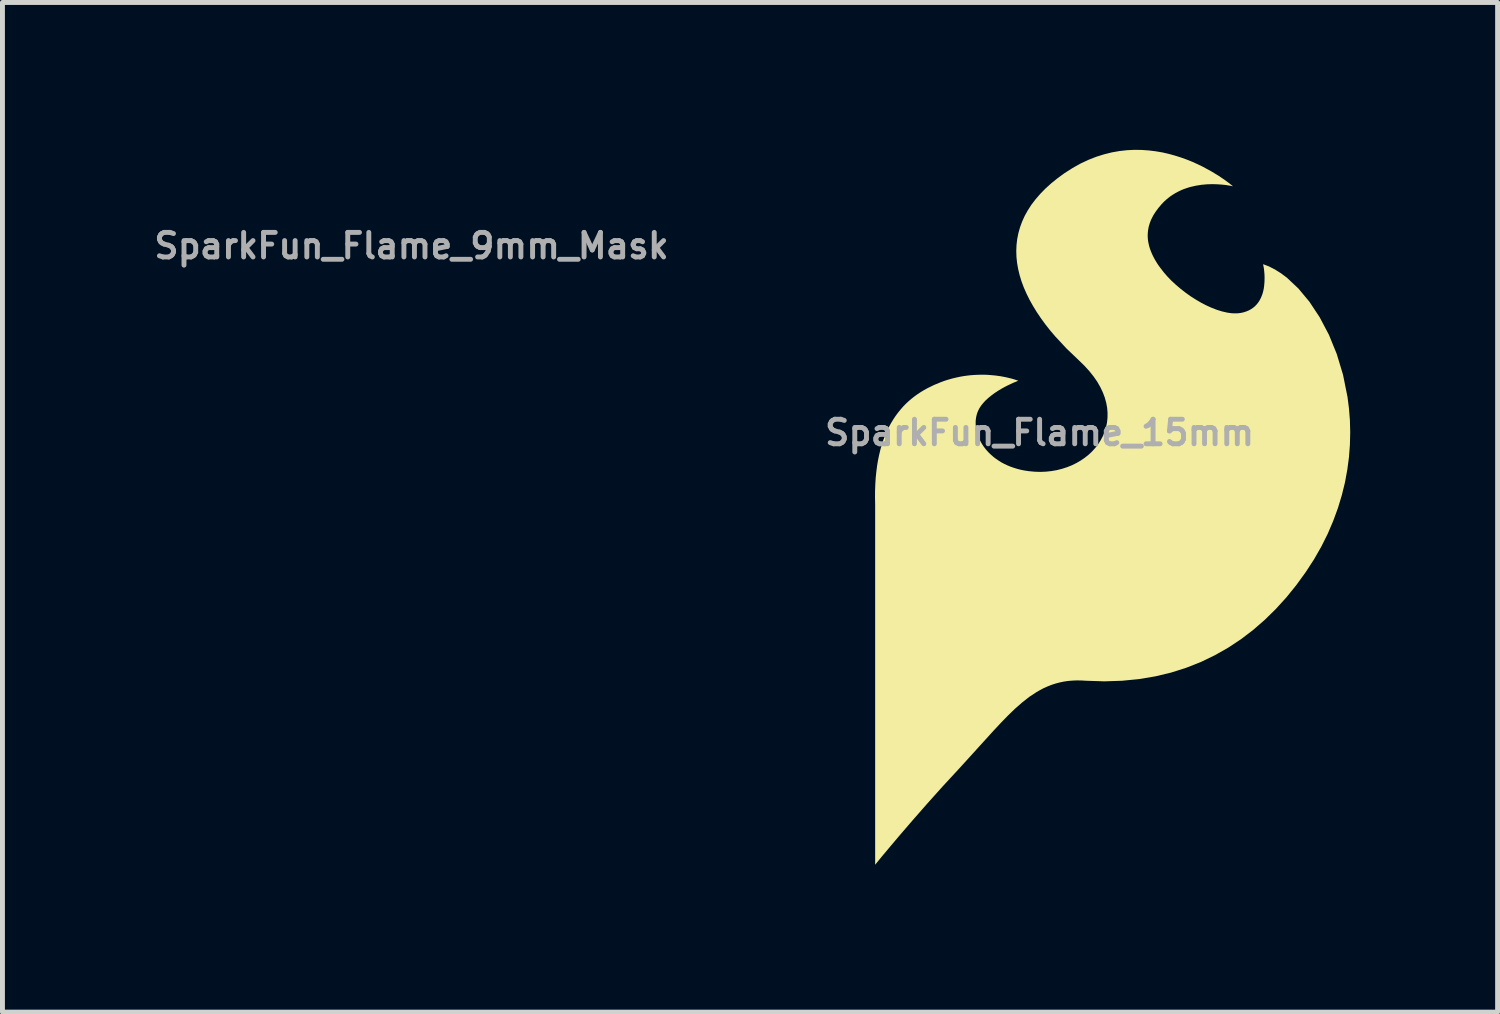
<source format=kicad_pcb>
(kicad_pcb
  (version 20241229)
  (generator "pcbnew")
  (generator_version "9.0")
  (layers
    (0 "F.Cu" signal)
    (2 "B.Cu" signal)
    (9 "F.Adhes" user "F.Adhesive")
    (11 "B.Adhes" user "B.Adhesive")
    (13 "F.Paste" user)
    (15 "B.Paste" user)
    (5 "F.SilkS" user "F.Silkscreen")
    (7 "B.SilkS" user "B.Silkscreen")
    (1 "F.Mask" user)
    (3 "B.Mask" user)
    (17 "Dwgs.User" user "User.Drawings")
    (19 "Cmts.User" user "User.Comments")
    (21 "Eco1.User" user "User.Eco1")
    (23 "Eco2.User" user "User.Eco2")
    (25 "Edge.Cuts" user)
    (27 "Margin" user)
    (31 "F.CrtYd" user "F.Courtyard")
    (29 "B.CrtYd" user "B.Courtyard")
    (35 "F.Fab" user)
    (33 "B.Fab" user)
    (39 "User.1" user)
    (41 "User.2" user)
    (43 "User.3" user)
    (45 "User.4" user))
  (footprint "SparkFun_Flame_9mm_Mask"
    (layer "F.Cu")
    (at 7.698 4.365)
    (property "Reference" "SparkFun_Flame_9mm_Mask" (at -2.372 -2.411 0) (layer "F.Fab") (effects (font (size 0.5 0.5) (thickness 0.1))))
    (attr board_only exclude_from_pos_files exclude_from_bom)
    (fp_poly (pts (xy 0.355 -4.364) (xy 0.441 -4.358) (xy 0.525 -4.348) (xy 0.606 -4.334) (xy 0.685 -4.316) (xy 0.762 -4.295) (xy 0.835 -4.272) (xy 0.905 -4.246) (xy 0.972 -4.219) (xy 1.036 -4.191) (xy 1.096 -4.162) (xy 1.204 -4.103) (xy 1.296 -4.047) (xy 1.37 -3.997) (xy 1.425 -3.956) (xy 1.47 -3.92) (xy 1.446 -3.925) (xy 1.379 -3.936) (xy 1.333 -3.941) (xy 1.279 -3.945) (xy 1.22 -3.946) (xy 1.155 -3.944) (xy 1.087 -3.938) (xy 1.016 -3.927) (xy 0.943 -3.91) (xy 0.907 -3.899) (xy 0.871 -3.886) (xy 0.834 -3.871) (xy 0.799 -3.854) (xy 0.763 -3.835) (xy 0.729 -3.813) (xy 0.695 -3.789) (xy 0.662 -3.763) (xy 0.63 -3.734) (xy 0.599 -3.702) (xy 0.561 -3.658) (xy 0.527 -3.613) (xy 0.498 -3.567) (xy 0.474 -3.52) (xy 0.464 -3.497) (xy 0.455 -3.473) (xy 0.447 -3.448) (xy 0.441 -3.424) (xy 0.435 -3.399) (xy 0.432 -3.374) (xy 0.429 -3.349) (xy 0.429 -3.323) (xy 0.429 -3.298) (xy 0.431 -3.271) (xy 0.435 -3.245) (xy 0.44 -3.218) (xy 0.446 -3.191) (xy 0.454 -3.163) (xy 0.464 -3.136) (xy 0.475 -3.108) (xy 0.488 -3.079) (xy 0.502 -3.05) (xy 0.518 -3.021) (xy 0.536 -2.991) (xy 0.556 -2.961) (xy 0.577 -2.931) (xy 0.625 -2.869) (xy 0.67 -2.818) (xy 0.718 -2.767) (xy 0.771 -2.718) (xy 0.828 -2.67) (xy 0.887 -2.624) (xy 0.949 -2.58) (xy 1.012 -2.539) (xy 1.077 -2.501) (xy 1.142 -2.467) (xy 1.207 -2.437) (xy 1.271 -2.412) (xy 1.335 -2.392) (xy 1.397 -2.378) (xy 1.427 -2.373) (xy 1.456 -2.37) (xy 1.485 -2.368) (xy 1.513 -2.368) (xy 1.54 -2.37) (xy 1.567 -2.374) (xy 1.602 -2.382) (xy 1.635 -2.392) (xy 1.664 -2.405) (xy 1.691 -2.42) (xy 1.716 -2.437) (xy 1.738 -2.455) (xy 1.758 -2.476) (xy 1.775 -2.497) (xy 1.791 -2.52) (xy 1.804 -2.544) (xy 1.816 -2.568) (xy 1.826 -2.594) (xy 1.834 -2.62) (xy 1.841 -2.646) (xy 1.846 -2.672) (xy 1.85 -2.698) (xy 1.855 -2.75) (xy 1.856 -2.8) (xy 1.854 -2.845) (xy 1.851 -2.886) (xy 1.847 -2.92) (xy 1.842 -2.946) (xy 1.838 -2.969) (xy 1.91 -2.941) (xy 1.983 -2.904) (xy 2.055 -2.858) (xy 2.127 -2.804) (xy 2.269 -2.672) (xy 2.404 -2.51) (xy 2.529 -2.321) (xy 2.641 -2.107) (xy 2.737 -1.872) (xy 2.814 -1.617) (xy 2.869 -1.346) (xy 2.887 -1.205) (xy 2.898 -1.061) (xy 2.902 -0.914) (xy 2.898 -0.765) (xy 2.886 -0.613) (xy 2.866 -0.46) (xy 2.838 -0.305) (xy 2.8 -0.149) (xy 2.752 0.008) (xy 2.695 0.165) (xy 2.627 0.323) (xy 2.549 0.48) (xy 2.459 0.637) (xy 2.358 0.793) (xy 2.243 0.951) (xy 2.121 1.101) (xy 1.993 1.242) (xy 1.858 1.375) (xy 1.716 1.498) (xy 1.567 1.611) (xy 1.411 1.715) (xy 1.248 1.807) (xy 1.078 1.889) (xy 0.9 1.96) (xy 0.715 2.018) (xy 0.523 2.065) (xy 0.323 2.098) (xy 0.115 2.119) (xy -0.1 2.126) (xy -0.323 2.119) (xy -0.382 2.115) (xy -0.439 2.115) (xy -0.494 2.117) (xy -0.548 2.122) (xy -0.6 2.13) (xy -0.65 2.14) (xy -0.699 2.153) (xy -0.747 2.169) (xy -0.794 2.187) (xy -0.84 2.208) (xy -0.885 2.231) (xy -0.93 2.257) (xy -1.017 2.315) (xy -1.103 2.382) (xy -1.189 2.458) (xy -1.276 2.541) (xy -1.365 2.632) (xy -1.456 2.731) (xy -1.871 3.187) (xy -2.075 3.408) (xy -2.266 3.622) (xy -2.441 3.821) (xy -2.594 3.999) (xy -2.721 4.149) (xy -2.817 4.264) (xy -2.9 4.365) (xy -2.9 -0.03) (xy -2.902 -0.118) (xy -2.901 -0.201) (xy -2.898 -0.282) (xy -2.893 -0.36) (xy -2.886 -0.434) (xy -2.876 -0.506) (xy -2.865 -0.574) (xy -2.851 -0.64) (xy -2.836 -0.703) (xy -2.819 -0.763) (xy -2.8 -0.821) (xy -2.779 -0.875) (xy -2.757 -0.928) (xy -2.733 -0.978) (xy -2.707 -1.025) (xy -2.68 -1.07) (xy -2.652 -1.113) (xy -2.622 -1.154) (xy -2.591 -1.192) (xy -2.559 -1.229) (xy -2.525 -1.263) (xy -2.491 -1.296) (xy -2.455 -1.327) (xy -2.418 -1.355) (xy -2.38 -1.382) (xy -2.342 -1.408) (xy -2.302 -1.432) (xy -2.262 -1.454) (xy -2.18 -1.494) (xy -2.095 -1.529) (xy -2.047 -1.546) (xy -2 -1.561) (xy -1.954 -1.574) (xy -1.908 -1.585) (xy -1.863 -1.594) (xy -1.819 -1.602) (xy -1.775 -1.608) (xy -1.733 -1.613) (xy -1.691 -1.616) (xy -1.65 -1.618) (xy -1.611 -1.619) (xy -1.573 -1.619) (xy -1.535 -1.617) (xy -1.5 -1.615) (xy -1.432 -1.609) (xy -1.371 -1.601) (xy -1.316 -1.591) (xy -1.268 -1.58) (xy -1.228 -1.57) (xy -1.195 -1.56) (xy -1.172 -1.552) (xy -1.152 -1.545) (xy -1.213 -1.52) (xy -1.277 -1.49) (xy -1.314 -1.471) (xy -1.354 -1.449) (xy -1.395 -1.425) (xy -1.436 -1.398) (xy -1.477 -1.369) (xy -1.516 -1.337) (xy -1.553 -1.303) (xy -1.57 -1.285) (xy -1.586 -1.267) (xy -1.601 -1.248) (xy -1.615 -1.228) (xy -1.627 -1.208) (xy -1.638 -1.188) (xy -1.649 -1.163) (xy -1.658 -1.138) (xy -1.664 -1.111) (xy -1.669 -1.084) (xy -1.672 -1.056) (xy -1.673 -1.028) (xy -1.672 -1) (xy -1.669 -0.971) (xy -1.664 -0.942) (xy -1.657 -0.913) (xy -1.648 -0.884) (xy -1.637 -0.855) (xy -1.625 -0.826) (xy -1.61 -0.798) (xy -1.593 -0.77) (xy -1.575 -0.742) (xy -1.555 -0.715) (xy -1.532 -0.689) (xy -1.508 -0.663) (xy -1.482 -0.638) (xy -1.454 -0.614) (xy -1.424 -0.591) (xy -1.393 -0.57) (xy -1.359 -0.549) (xy -1.324 -0.53) (xy -1.286 -0.512) (xy -1.247 -0.496) (xy -1.206 -0.482) (xy -1.163 -0.469) (xy -1.119 -0.457) (xy -1.072 -0.448) (xy -1.024 -0.441) (xy -0.953 -0.434) (xy -0.882 -0.432) (xy -0.813 -0.435) (xy -0.746 -0.442) (xy -0.681 -0.454) (xy -0.617 -0.47) (xy -0.556 -0.489) (xy -0.498 -0.513) (xy -0.442 -0.54) (xy -0.389 -0.571) (xy -0.339 -0.605) (xy -0.292 -0.643) (xy -0.249 -0.683) (xy -0.21 -0.726) (xy -0.175 -0.772) (xy -0.145 -0.82) (xy -0.118 -0.871) (xy -0.097 -0.924) (xy -0.08 -0.978) (xy -0.068 -1.035) (xy -0.062 -1.093) (xy -0.062 -1.153) (xy -0.067 -1.214) (xy -0.078 -1.276) (xy -0.095 -1.339) (xy -0.119 -1.403) (xy -0.15 -1.467) (xy -0.187 -1.532) (xy -0.232 -1.597) (xy -0.284 -1.663) (xy -0.344 -1.728) (xy -0.411 -1.793) (xy -0.562 -1.938) (xy -0.699 -2.085) (xy -0.762 -2.159) (xy -0.821 -2.233) (xy -0.875 -2.308) (xy -0.926 -2.383) (xy -0.972 -2.458) (xy -1.014 -2.533) (xy -1.051 -2.608) (xy -1.084 -2.683) (xy -1.112 -2.758) (xy -1.135 -2.833) (xy -1.153 -2.908) (xy -1.166 -2.982) (xy -1.174 -3.056) (xy -1.177 -3.13) (xy -1.174 -3.203) (xy -1.165 -3.275) (xy -1.151 -3.347) (xy -1.131 -3.418) (xy -1.105 -3.489) (xy -1.073 -3.559) (xy -1.035 -3.627) (xy -0.991 -3.695) (xy -0.94 -3.762) (xy -0.883 -3.828) (xy -0.82 -3.893) (xy -0.749 -3.957) (xy -0.672 -4.019) (xy -0.588 -4.08) (xy -0.489 -4.143) (xy -0.392 -4.198) (xy -0.294 -4.243) (xy -0.198 -4.281) (xy -0.102 -4.311) (xy -0.008 -4.334) (xy 0.085 -4.351) (xy 0.177 -4.361) (xy 0.267 -4.365)) (stroke (width -0.000001) (type solid)) (fill yes) (layer "F.Mask")))
  (footprint "SparkFun_Flame_15mm"
    (layer "F.Cu")
    (at 19.596 7.275)
    (property "Reference" "SparkFun_Flame_15mm" (at -1.486 -1.518 0) (layer "F.Fab") (effects (font (size 0.5 0.5) (thickness 0.1))))
    (attr board_only exclude_from_pos_files exclude_from_bom)
    (fp_poly (pts (xy 0.592 -7.273) (xy 0.735 -7.263) (xy 0.875 -7.246) (xy 1.011 -7.223) (xy 1.142 -7.193) (xy 1.269 -7.158) (xy 1.392 -7.119) (xy 1.509 -7.077) (xy 1.621 -7.032) (xy 1.727 -6.984) (xy 1.827 -6.936) (xy 2.007 -6.838) (xy 2.161 -6.745) (xy 2.284 -6.661) (xy 2.375 -6.594) (xy 2.45 -6.533) (xy 2.41 -6.542) (xy 2.299 -6.56) (xy 2.221 -6.568) (xy 2.132 -6.574) (xy 2.033 -6.577) (xy 1.925 -6.574) (xy 1.811 -6.564) (xy 1.693 -6.545) (xy 1.572 -6.517) (xy 1.512 -6.498) (xy 1.451 -6.477) (xy 1.391 -6.452) (xy 1.331 -6.423) (xy 1.272 -6.391) (xy 1.214 -6.356) (xy 1.158 -6.316) (xy 1.103 -6.272) (xy 1.049 -6.223) (xy 0.998 -6.17) (xy 0.935 -6.096) (xy 0.879 -6.021) (xy 0.83 -5.945) (xy 0.79 -5.867) (xy 0.773 -5.828) (xy 0.758 -5.788) (xy 0.745 -5.747) (xy 0.734 -5.707) (xy 0.726 -5.665) (xy 0.72 -5.624) (xy 0.716 -5.582) (xy 0.714 -5.539) (xy 0.715 -5.496) (xy 0.718 -5.452) (xy 0.724 -5.408) (xy 0.733 -5.363) (xy 0.743 -5.318) (xy 0.757 -5.272) (xy 0.773 -5.226) (xy 0.792 -5.179) (xy 0.813 -5.132) (xy 0.837 -5.084) (xy 0.864 -5.035) (xy 0.894 -4.985) (xy 0.926 -4.935) (xy 0.962 -4.885) (xy 1.042 -4.781) (xy 1.116 -4.696) (xy 1.197 -4.612) (xy 1.286 -4.53) (xy 1.38 -4.45) (xy 1.478 -4.373) (xy 1.581 -4.299) (xy 1.687 -4.231) (xy 1.794 -4.168) (xy 1.903 -4.111) (xy 2.011 -4.062) (xy 2.119 -4.02) (xy 2.225 -3.987) (xy 2.328 -3.963) (xy 2.378 -3.955) (xy 2.427 -3.949) (xy 2.475 -3.947) (xy 2.522 -3.947) (xy 2.567 -3.95) (xy 2.611 -3.956) (xy 2.67 -3.969) (xy 2.724 -3.987) (xy 2.774 -4.008) (xy 2.819 -4.033) (xy 2.86 -4.061) (xy 2.897 -4.092) (xy 2.93 -4.126) (xy 2.959 -4.162) (xy 2.985 -4.2) (xy 3.007 -4.24) (xy 3.026 -4.281) (xy 3.043 -4.323) (xy 3.057 -4.366) (xy 3.068 -4.41) (xy 3.077 -4.454) (xy 3.083 -4.497) (xy 3.091 -4.584) (xy 3.093 -4.666) (xy 3.091 -4.742) (xy 3.085 -4.81) (xy 3.078 -4.867) (xy 3.07 -4.911) (xy 3.063 -4.948) (xy 3.183 -4.902) (xy 3.304 -4.84) (xy 3.425 -4.764) (xy 3.546 -4.674) (xy 3.781 -4.453) (xy 4.006 -4.183) (xy 4.214 -3.868) (xy 4.402 -3.512) (xy 4.562 -3.12) (xy 4.69 -2.696) (xy 4.781 -2.244) (xy 4.811 -2.009) (xy 4.83 -1.769) (xy 4.836 -1.524) (xy 4.83 -1.275) (xy 4.811 -1.022) (xy 4.777 -0.767) (xy 4.73 -0.509) (xy 4.666 -0.249) (xy 4.587 0.013) (xy 4.491 0.275) (xy 4.379 0.538) (xy 4.248 0.8) (xy 4.098 1.062) (xy 3.929 1.322) (xy 3.738 1.585) (xy 3.536 1.835) (xy 3.322 2.07) (xy 3.097 2.291) (xy 2.86 2.497) (xy 2.612 2.686) (xy 2.352 2.858) (xy 2.08 3.012) (xy 1.796 3.149) (xy 1.5 3.266) (xy 1.192 3.364) (xy 0.871 3.441) (xy 0.538 3.497) (xy 0.192 3.531) (xy -0.167 3.543) (xy -0.538 3.531) (xy -0.637 3.525) (xy -0.732 3.524) (xy -0.824 3.528) (xy -0.913 3.536) (xy -0.999 3.549) (xy -1.083 3.567) (xy -1.165 3.589) (xy -1.245 3.615) (xy -1.323 3.646) (xy -1.4 3.68) (xy -1.475 3.719) (xy -1.549 3.762) (xy -1.695 3.858) (xy -1.838 3.97) (xy -1.982 4.096) (xy -2.126 4.235) (xy -2.274 4.387) (xy -2.427 4.551) (xy -3.118 5.312) (xy -3.458 5.68) (xy -3.777 6.036) (xy -4.068 6.368) (xy -4.323 6.664) (xy -4.535 6.915) (xy -4.696 7.107) (xy -4.833 7.275) (xy -4.833 -0.051) (xy -4.836 -0.196) (xy -4.835 -0.336) (xy -4.83 -0.47) (xy -4.822 -0.6) (xy -4.809 -0.724) (xy -4.794 -0.843) (xy -4.775 -0.957) (xy -4.752 -1.067) (xy -4.727 -1.172) (xy -4.698 -1.272) (xy -4.667 -1.368) (xy -4.632 -1.459) (xy -4.595 -1.546) (xy -4.555 -1.63) (xy -4.512 -1.709) (xy -4.467 -1.784) (xy -4.42 -1.855) (xy -4.37 -1.923) (xy -4.318 -1.987) (xy -4.265 -2.048) (xy -4.209 -2.106) (xy -4.151 -2.16) (xy -4.091 -2.211) (xy -4.03 -2.259) (xy -3.967 -2.304) (xy -3.903 -2.346) (xy -3.837 -2.386) (xy -3.77 -2.423) (xy -3.633 -2.49) (xy -3.492 -2.548) (xy -3.412 -2.577) (xy -3.334 -2.601) (xy -3.256 -2.623) (xy -3.18 -2.641) (xy -3.105 -2.657) (xy -3.031 -2.67) (xy -2.959 -2.68) (xy -2.888 -2.688) (xy -2.818 -2.693) (xy -2.751 -2.696) (xy -2.685 -2.698) (xy -2.621 -2.698) (xy -2.559 -2.696) (xy -2.499 -2.692) (xy -2.387 -2.682) (xy -2.285 -2.668) (xy -2.193 -2.651) (xy -2.113 -2.633) (xy -2.046 -2.616) (xy -1.992 -2.6) (xy -1.953 -2.587) (xy -1.92 -2.575) (xy -2.021 -2.534) (xy -2.128 -2.484) (xy -2.191 -2.452) (xy -2.257 -2.416) (xy -2.325 -2.375) (xy -2.394 -2.33) (xy -2.461 -2.281) (xy -2.527 -2.228) (xy -2.588 -2.172) (xy -2.616 -2.142) (xy -2.643 -2.111) (xy -2.668 -2.08) (xy -2.691 -2.047) (xy -2.712 -2.014) (xy -2.73 -1.98) (xy -2.748 -1.939) (xy -2.763 -1.896) (xy -2.774 -1.852) (xy -2.782 -1.807) (xy -2.787 -1.761) (xy -2.788 -1.714) (xy -2.786 -1.667) (xy -2.781 -1.619) (xy -2.773 -1.57) (xy -2.762 -1.522) (xy -2.747 -1.474) (xy -2.729 -1.425) (xy -2.708 -1.377) (xy -2.683 -1.33) (xy -2.656 -1.283) (xy -2.625 -1.237) (xy -2.591 -1.192) (xy -2.554 -1.148) (xy -2.514 -1.105) (xy -2.47 -1.064) (xy -2.424 -1.024) (xy -2.374 -0.986) (xy -2.321 -0.95) (xy -2.265 -0.915) (xy -2.206 -0.883) (xy -2.144 -0.854) (xy -2.079 -0.827) (xy -2.01 -0.803) (xy -1.939 -0.781) (xy -1.865 -0.762) (xy -1.787 -0.747) (xy -1.707 -0.735) (xy -1.588 -0.724) (xy -1.471 -0.72) (xy -1.356 -0.725) (xy -1.244 -0.737) (xy -1.135 -0.756) (xy -1.029 -0.783) (xy -0.927 -0.816) (xy -0.829 -0.855) (xy -0.736 -0.901) (xy -0.648 -0.952) (xy -0.565 -1.009) (xy -0.487 -1.071) (xy -0.416 -1.138) (xy -0.351 -1.21) (xy -0.292 -1.287) (xy -0.241 -1.367) (xy -0.197 -1.451) (xy -0.161 -1.539) (xy -0.133 -1.631) (xy -0.114 -1.725) (xy -0.104 -1.822) (xy -0.103 -1.921) (xy -0.111 -2.023) (xy -0.13 -2.126) (xy -0.159 -2.232) (xy -0.199 -2.338) (xy -0.25 -2.445) (xy -0.312 -2.554) (xy -0.387 -2.662) (xy -0.474 -2.771) (xy -0.573 -2.88) (xy -0.685 -2.989) (xy -0.937 -3.23) (xy -1.165 -3.475) (xy -1.27 -3.598) (xy -1.368 -3.722) (xy -1.459 -3.847) (xy -1.543 -3.972) (xy -1.62 -4.097) (xy -1.69 -4.222) (xy -1.752 -4.347) (xy -1.807 -4.472) (xy -1.854 -4.597) (xy -1.892 -4.722) (xy -1.922 -4.846) (xy -1.944 -4.97) (xy -1.957 -5.094) (xy -1.961 -5.216) (xy -1.956 -5.338) (xy -1.942 -5.459) (xy -1.918 -5.579) (xy -1.885 -5.697) (xy -1.842 -5.815) (xy -1.789 -5.931) (xy -1.725 -6.046) (xy -1.652 -6.159) (xy -1.567 -6.27) (xy -1.472 -6.38) (xy -1.366 -6.488) (xy -1.249 -6.594) (xy -1.12 -6.698) (xy -0.98 -6.8) (xy -0.816 -6.905) (xy -0.653 -6.996) (xy -0.491 -7.072) (xy -0.33 -7.135) (xy -0.17 -7.185) (xy -0.013 -7.224) (xy 0.142 -7.251) (xy 0.295 -7.268) (xy 0.445 -7.275)) (stroke (width -0.000001) (type solid)) (fill yes) (layer "F.SilkS")))
  (gr_rect
    (start -3 -3)
    (end 27.432 17.55)
    (stroke (width 0.1) (type default))
    (fill no)
    (layer "Edge.Cuts")))
</source>
